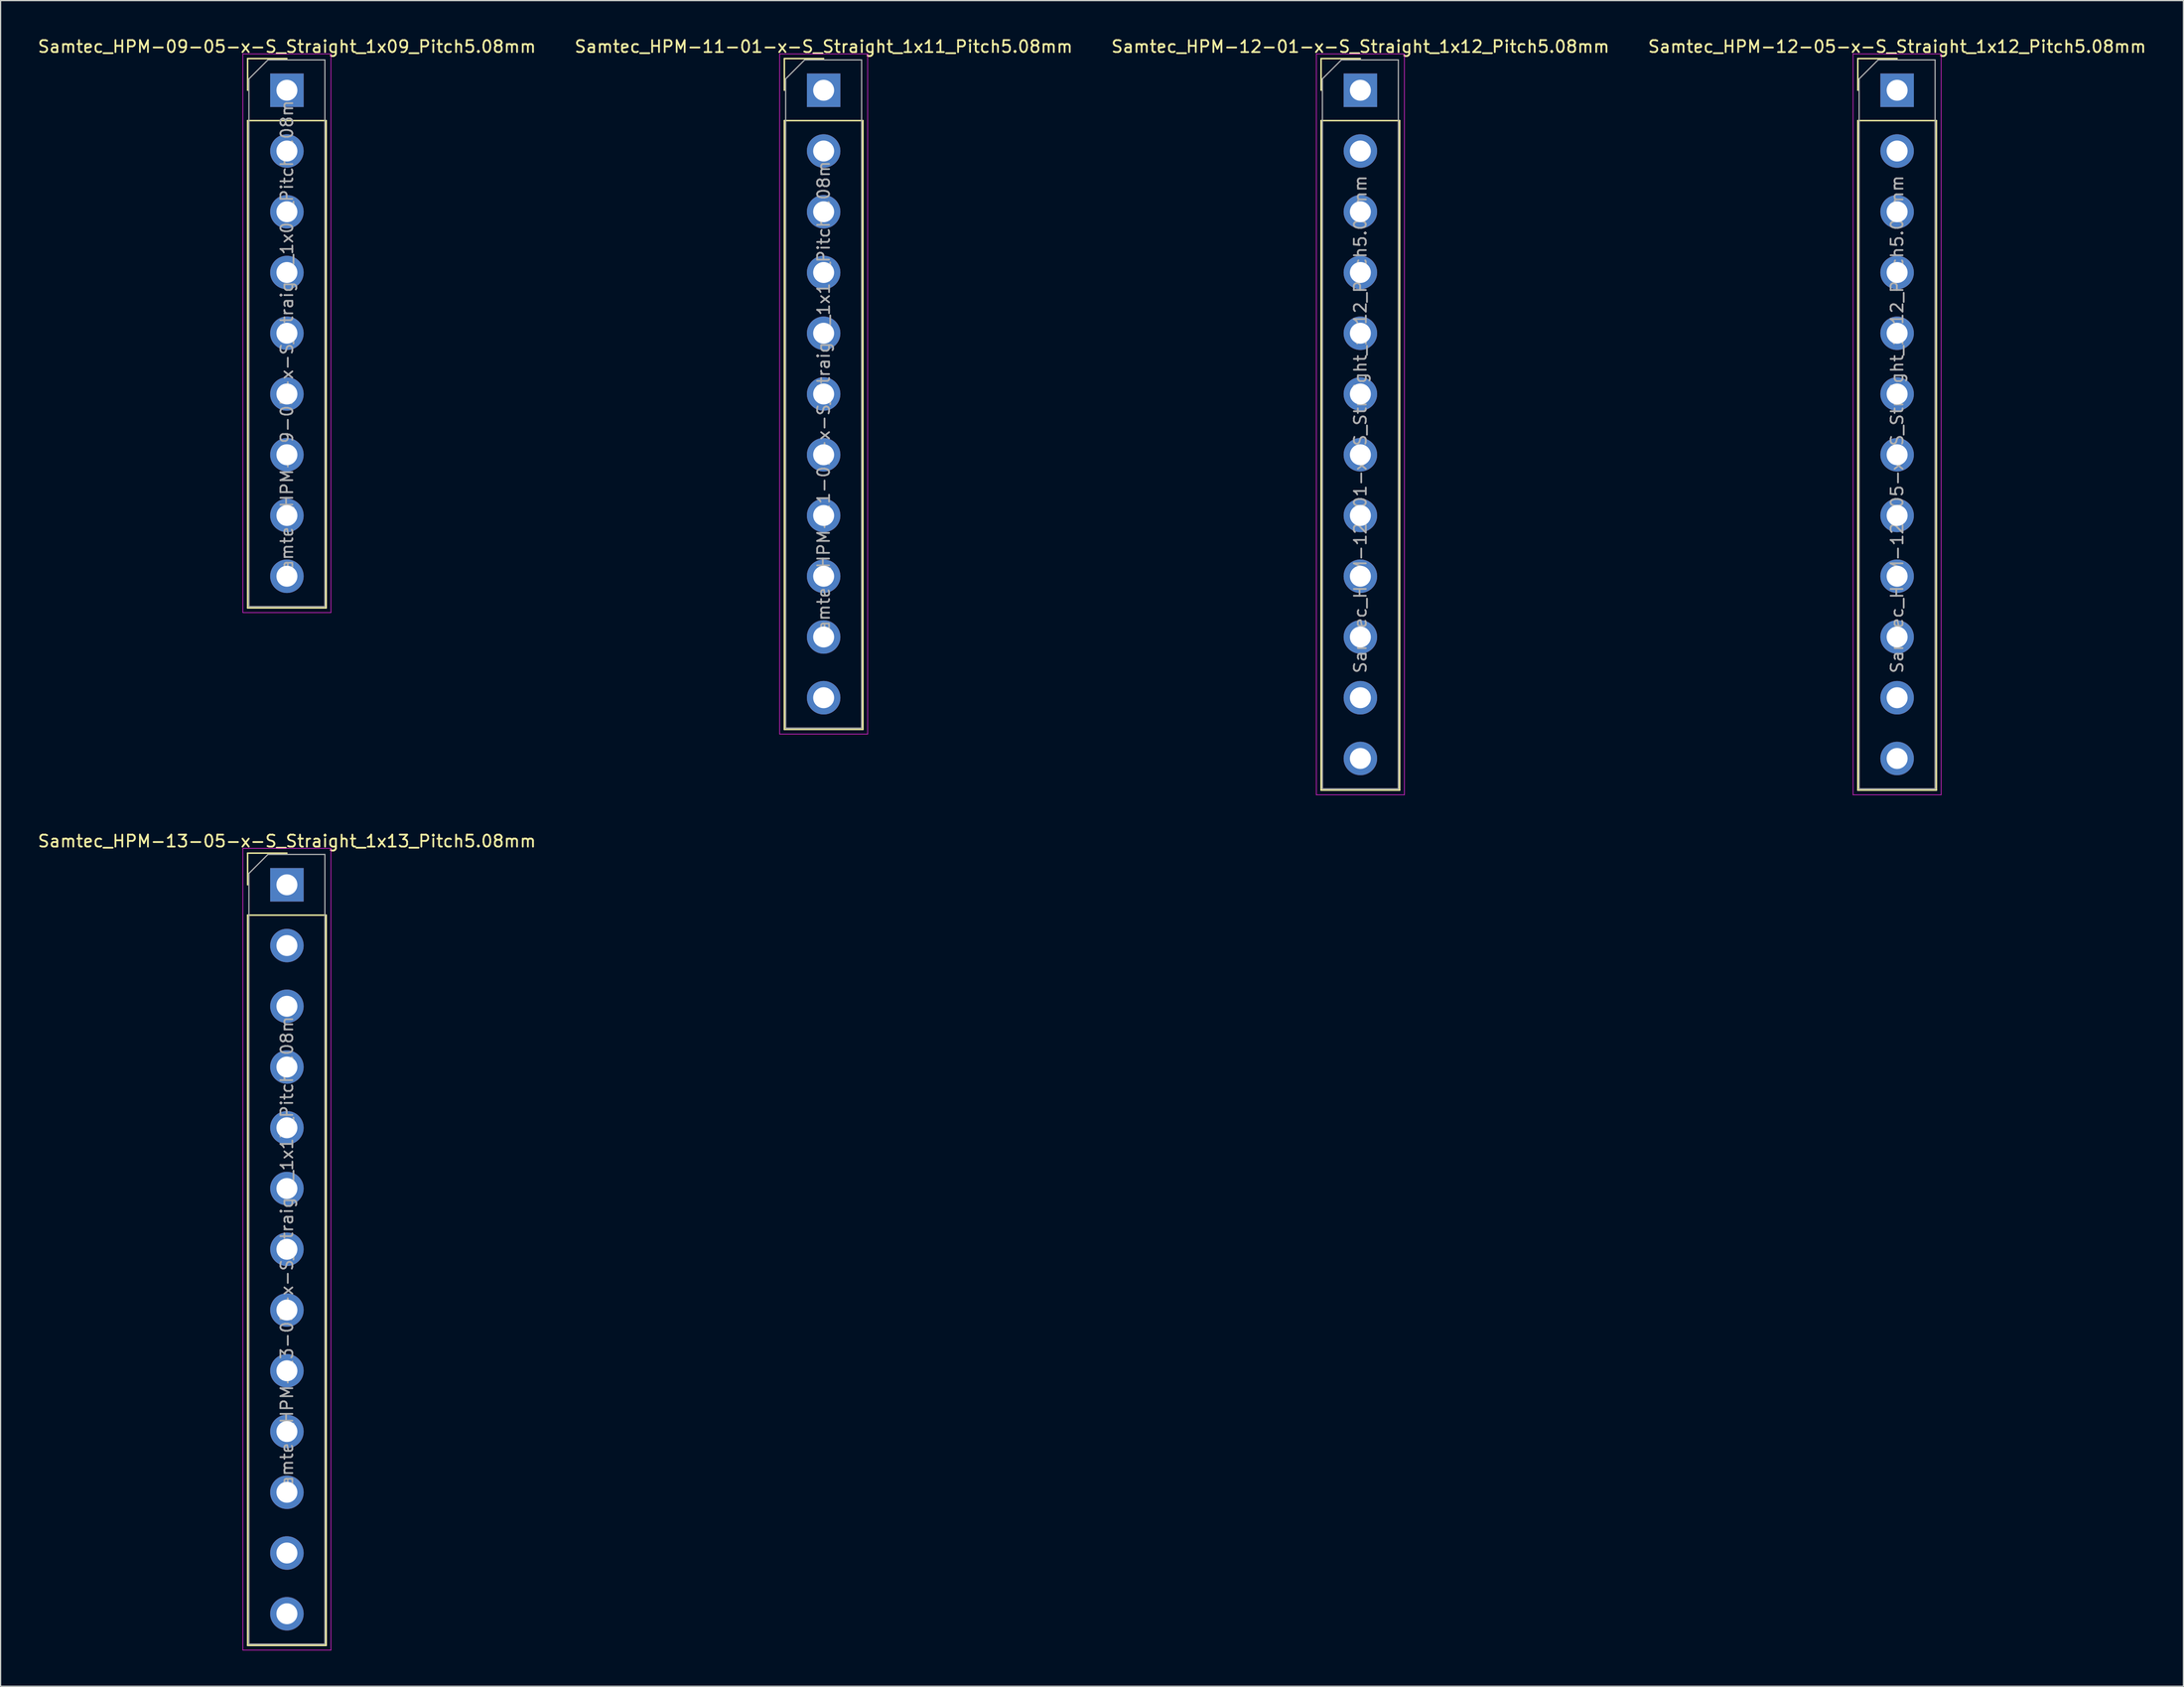
<source format=kicad_pcb>
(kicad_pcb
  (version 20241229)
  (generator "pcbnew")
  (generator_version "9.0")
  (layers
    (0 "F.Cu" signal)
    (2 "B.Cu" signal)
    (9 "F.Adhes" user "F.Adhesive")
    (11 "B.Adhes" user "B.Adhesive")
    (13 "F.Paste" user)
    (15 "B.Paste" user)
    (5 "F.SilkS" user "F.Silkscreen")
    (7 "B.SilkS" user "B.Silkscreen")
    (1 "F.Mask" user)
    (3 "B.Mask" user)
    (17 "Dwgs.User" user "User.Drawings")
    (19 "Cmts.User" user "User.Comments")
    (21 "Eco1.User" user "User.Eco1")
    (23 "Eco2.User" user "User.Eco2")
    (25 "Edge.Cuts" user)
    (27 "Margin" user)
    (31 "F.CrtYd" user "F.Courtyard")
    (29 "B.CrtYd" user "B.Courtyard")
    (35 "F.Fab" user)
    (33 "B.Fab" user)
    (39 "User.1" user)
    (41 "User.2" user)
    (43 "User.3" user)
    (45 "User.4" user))
  (footprint "Samtec_HPM-09-05-x-S_Straight_1x09_Pitch5.08mm"
    (layer "F.Cu")
    (at 20.935 4.498)
    (property "Reference" "Samtec_HPM-09-05-x-S_Straight_1x09_Pitch5.08mm" (at 0 -3.65 0) (layer "F.SilkS") (effects (font (size 1 1) (thickness 0.15))))
    (attr through_hole)
    (fp_line (start -3.285 -2.65) (end 0 -2.65) (stroke (width 0.12) (type solid)) (layer "F.SilkS"))
    (fp_line (start -3.285 0) (end -3.285 -2.65) (stroke (width 0.12) (type solid)) (layer "F.SilkS"))
    (fp_line (start -3.285 2.54) (end -3.285 43.29) (stroke (width 0.12) (type solid)) (layer "F.SilkS"))
    (fp_line (start -3.285 2.54) (end 3.285 2.54) (stroke (width 0.12) (type solid)) (layer "F.SilkS"))
    (fp_line (start -3.285 43.29) (end 3.285 43.29) (stroke (width 0.12) (type solid)) (layer "F.SilkS"))
    (fp_line (start 3.285 2.54) (end 3.285 43.29) (stroke (width 0.12) (type solid)) (layer "F.SilkS"))
    (fp_line (start -3.68 -3.04) (end -3.68 43.68) (stroke (width 0.05) (type solid)) (layer "F.CrtYd"))
    (fp_line (start -3.68 43.68) (end 3.68 43.68) (stroke (width 0.05) (type solid)) (layer "F.CrtYd"))
    (fp_line (start 3.68 -3.04) (end -3.68 -3.04) (stroke (width 0.05) (type solid)) (layer "F.CrtYd"))
    (fp_line (start 3.68 43.68) (end 3.68 -3.04) (stroke (width 0.05) (type solid)) (layer "F.CrtYd"))
    (fp_line (start -3.175 -0.953) (end -1.587 -2.54) (stroke (width 0.1) (type solid)) (layer "F.Fab"))
    (fp_line (start -3.175 43.18) (end -3.175 -0.953) (stroke (width 0.1) (type solid)) (layer "F.Fab"))
    (fp_line (start -1.587 -2.54) (end 3.175 -2.54) (stroke (width 0.1) (type solid)) (layer "F.Fab"))
    (fp_line (start 3.175 -2.54) (end 3.175 43.18) (stroke (width 0.1) (type solid)) (layer "F.Fab"))
    (fp_line (start 3.175 43.18) (end -3.175 43.18) (stroke (width 0.1) (type solid)) (layer "F.Fab"))
    (fp_text user "${REFERENCE}" (at 0 20.32 90) (layer "F.Fab") (effects (font (size 1 1) (thickness 0.15))))
    (pad "1" thru_hole rect (at 0 0) (size 2.8 2.8) (drill 1.75) (layers "*.Cu" "*.Mask"))
    (pad "2" thru_hole circle (at 0 5.08) (size 2.8 2.8) (drill 1.75) (layers "*.Cu" "*.Mask"))
    (pad "3" thru_hole circle (at 0 10.16) (size 2.8 2.8) (drill 1.75) (layers "*.Cu" "*.Mask"))
    (pad "4" thru_hole circle (at 0 15.24) (size 2.8 2.8) (drill 1.75) (layers "*.Cu" "*.Mask"))
    (pad "5" thru_hole circle (at 0 20.32) (size 2.8 2.8) (drill 1.75) (layers "*.Cu" "*.Mask"))
    (pad "6" thru_hole circle (at 0 25.4) (size 2.8 2.8) (drill 1.75) (layers "*.Cu" "*.Mask"))
    (pad "7" thru_hole circle (at 0 30.48) (size 2.8 2.8) (drill 1.75) (layers "*.Cu" "*.Mask"))
    (pad "8" thru_hole circle (at 0 35.56) (size 2.8 2.8) (drill 1.75) (layers "*.Cu" "*.Mask"))
    (pad "9" thru_hole circle (at 0 40.64) (size 2.8 2.8) (drill 1.75) (layers "*.Cu" "*.Mask")))
  (footprint "Samtec_HPM-12-05-x-S_Straight_1x12_Pitch5.08mm"
    (layer "F.Cu")
    (at 155.542 4.498)
    (property "Reference" "Samtec_HPM-12-05-x-S_Straight_1x12_Pitch5.08mm" (at 0 -3.65 0) (layer "F.SilkS") (effects (font (size 1 1) (thickness 0.15))))
    (attr through_hole)
    (fp_line (start -3.285 -2.65) (end 0 -2.65) (stroke (width 0.12) (type solid)) (layer "F.SilkS"))
    (fp_line (start -3.285 0) (end -3.285 -2.65) (stroke (width 0.12) (type solid)) (layer "F.SilkS"))
    (fp_line (start -3.285 2.54) (end -3.285 58.53) (stroke (width 0.12) (type solid)) (layer "F.SilkS"))
    (fp_line (start -3.285 2.54) (end 3.285 2.54) (stroke (width 0.12) (type solid)) (layer "F.SilkS"))
    (fp_line (start -3.285 58.53) (end 3.285 58.53) (stroke (width 0.12) (type solid)) (layer "F.SilkS"))
    (fp_line (start 3.285 2.54) (end 3.285 58.53) (stroke (width 0.12) (type solid)) (layer "F.SilkS"))
    (fp_line (start -3.68 -3.04) (end -3.68 58.92) (stroke (width 0.05) (type solid)) (layer "F.CrtYd"))
    (fp_line (start -3.68 58.92) (end 3.68 58.92) (stroke (width 0.05) (type solid)) (layer "F.CrtYd"))
    (fp_line (start 3.68 -3.04) (end -3.68 -3.04) (stroke (width 0.05) (type solid)) (layer "F.CrtYd"))
    (fp_line (start 3.68 58.92) (end 3.68 -3.04) (stroke (width 0.05) (type solid)) (layer "F.CrtYd"))
    (fp_line (start -3.175 -0.953) (end -1.587 -2.54) (stroke (width 0.1) (type solid)) (layer "F.Fab"))
    (fp_line (start -3.175 58.42) (end -3.175 -0.953) (stroke (width 0.1) (type solid)) (layer "F.Fab"))
    (fp_line (start -1.587 -2.54) (end 3.175 -2.54) (stroke (width 0.1) (type solid)) (layer "F.Fab"))
    (fp_line (start 3.175 -2.54) (end 3.175 58.42) (stroke (width 0.1) (type solid)) (layer "F.Fab"))
    (fp_line (start 3.175 58.42) (end -3.175 58.42) (stroke (width 0.1) (type solid)) (layer "F.Fab"))
    (fp_text user "${REFERENCE}" (at 0 27.94 90) (layer "F.Fab") (effects (font (size 1 1) (thickness 0.15))))
    (pad "1" thru_hole rect (at 0 0) (size 2.8 2.8) (drill 1.75) (layers "*.Cu" "*.Mask"))
    (pad "2" thru_hole circle (at 0 5.08) (size 2.8 2.8) (drill 1.75) (layers "*.Cu" "*.Mask"))
    (pad "3" thru_hole circle (at 0 10.16) (size 2.8 2.8) (drill 1.75) (layers "*.Cu" "*.Mask"))
    (pad "4" thru_hole circle (at 0 15.24) (size 2.8 2.8) (drill 1.75) (layers "*.Cu" "*.Mask"))
    (pad "5" thru_hole circle (at 0 20.32) (size 2.8 2.8) (drill 1.75) (layers "*.Cu" "*.Mask"))
    (pad "6" thru_hole circle (at 0 25.4) (size 2.8 2.8) (drill 1.75) (layers "*.Cu" "*.Mask"))
    (pad "7" thru_hole circle (at 0 30.48) (size 2.8 2.8) (drill 1.75) (layers "*.Cu" "*.Mask"))
    (pad "8" thru_hole circle (at 0 35.56) (size 2.8 2.8) (drill 1.75) (layers "*.Cu" "*.Mask"))
    (pad "9" thru_hole circle (at 0 40.64) (size 2.8 2.8) (drill 1.75) (layers "*.Cu" "*.Mask"))
    (pad "10" thru_hole circle (at 0 45.72) (size 2.8 2.8) (drill 1.75) (layers "*.Cu" "*.Mask"))
    (pad "11" thru_hole circle (at 0 50.8) (size 2.8 2.8) (drill 1.75) (layers "*.Cu" "*.Mask"))
    (pad "12" thru_hole circle (at 0 55.88) (size 2.8 2.8) (drill 1.75) (layers "*.Cu" "*.Mask")))
  (footprint "Samtec_HPM-12-01-x-S_Straight_1x12_Pitch5.08mm"
    (layer "F.Cu")
    (at 110.673 4.498)
    (property "Reference" "Samtec_HPM-12-01-x-S_Straight_1x12_Pitch5.08mm" (at 0 -3.65 0) (layer "F.SilkS") (effects (font (size 1 1) (thickness 0.15))))
    (attr through_hole)
    (fp_line (start -3.285 -2.65) (end 0 -2.65) (stroke (width 0.12) (type solid)) (layer "F.SilkS"))
    (fp_line (start -3.285 0) (end -3.285 -2.65) (stroke (width 0.12) (type solid)) (layer "F.SilkS"))
    (fp_line (start -3.285 2.54) (end -3.285 58.53) (stroke (width 0.12) (type solid)) (layer "F.SilkS"))
    (fp_line (start -3.285 2.54) (end 3.285 2.54) (stroke (width 0.12) (type solid)) (layer "F.SilkS"))
    (fp_line (start -3.285 58.53) (end 3.285 58.53) (stroke (width 0.12) (type solid)) (layer "F.SilkS"))
    (fp_line (start 3.285 2.54) (end 3.285 58.53) (stroke (width 0.12) (type solid)) (layer "F.SilkS"))
    (fp_line (start -3.68 -3.04) (end -3.68 58.92) (stroke (width 0.05) (type solid)) (layer "F.CrtYd"))
    (fp_line (start -3.68 58.92) (end 3.68 58.92) (stroke (width 0.05) (type solid)) (layer "F.CrtYd"))
    (fp_line (start 3.68 -3.04) (end -3.68 -3.04) (stroke (width 0.05) (type solid)) (layer "F.CrtYd"))
    (fp_line (start 3.68 58.92) (end 3.68 -3.04) (stroke (width 0.05) (type solid)) (layer "F.CrtYd"))
    (fp_line (start -3.175 -0.953) (end -1.587 -2.54) (stroke (width 0.1) (type solid)) (layer "F.Fab"))
    (fp_line (start -3.175 58.42) (end -3.175 -0.953) (stroke (width 0.1) (type solid)) (layer "F.Fab"))
    (fp_line (start -1.587 -2.54) (end 3.175 -2.54) (stroke (width 0.1) (type solid)) (layer "F.Fab"))
    (fp_line (start 3.175 -2.54) (end 3.175 58.42) (stroke (width 0.1) (type solid)) (layer "F.Fab"))
    (fp_line (start 3.175 58.42) (end -3.175 58.42) (stroke (width 0.1) (type solid)) (layer "F.Fab"))
    (fp_text user "${REFERENCE}" (at 0 27.94 90) (layer "F.Fab") (effects (font (size 1 1) (thickness 0.15))))
    (pad "1" thru_hole rect (at 0 0) (size 2.8 2.8) (drill 1.75) (layers "*.Cu" "*.Mask"))
    (pad "2" thru_hole circle (at 0 5.08) (size 2.8 2.8) (drill 1.75) (layers "*.Cu" "*.Mask"))
    (pad "3" thru_hole circle (at 0 10.16) (size 2.8 2.8) (drill 1.75) (layers "*.Cu" "*.Mask"))
    (pad "4" thru_hole circle (at 0 15.24) (size 2.8 2.8) (drill 1.75) (layers "*.Cu" "*.Mask"))
    (pad "5" thru_hole circle (at 0 20.32) (size 2.8 2.8) (drill 1.75) (layers "*.Cu" "*.Mask"))
    (pad "6" thru_hole circle (at 0 25.4) (size 2.8 2.8) (drill 1.75) (layers "*.Cu" "*.Mask"))
    (pad "7" thru_hole circle (at 0 30.48) (size 2.8 2.8) (drill 1.75) (layers "*.Cu" "*.Mask"))
    (pad "8" thru_hole circle (at 0 35.56) (size 2.8 2.8) (drill 1.75) (layers "*.Cu" "*.Mask"))
    (pad "9" thru_hole circle (at 0 40.64) (size 2.8 2.8) (drill 1.75) (layers "*.Cu" "*.Mask"))
    (pad "10" thru_hole circle (at 0 45.72) (size 2.8 2.8) (drill 1.75) (layers "*.Cu" "*.Mask"))
    (pad "11" thru_hole circle (at 0 50.8) (size 2.8 2.8) (drill 1.75) (layers "*.Cu" "*.Mask"))
    (pad "12" thru_hole circle (at 0 55.88) (size 2.8 2.8) (drill 1.75) (layers "*.Cu" "*.Mask")))
  (footprint "Samtec_HPM-11-01-x-S_Straight_1x11_Pitch5.08mm"
    (layer "F.Cu")
    (at 65.804 4.498)
    (property "Reference" "Samtec_HPM-11-01-x-S_Straight_1x11_Pitch5.08mm" (at 0 -3.65 0) (layer "F.SilkS") (effects (font (size 1 1) (thickness 0.15))))
    (attr through_hole)
    (fp_line (start -3.285 -2.65) (end 0 -2.65) (stroke (width 0.12) (type solid)) (layer "F.SilkS"))
    (fp_line (start -3.285 0) (end -3.285 -2.65) (stroke (width 0.12) (type solid)) (layer "F.SilkS"))
    (fp_line (start -3.285 2.54) (end -3.285 53.45) (stroke (width 0.12) (type solid)) (layer "F.SilkS"))
    (fp_line (start -3.285 2.54) (end 3.285 2.54) (stroke (width 0.12) (type solid)) (layer "F.SilkS"))
    (fp_line (start -3.285 53.45) (end 3.285 53.45) (stroke (width 0.12) (type solid)) (layer "F.SilkS"))
    (fp_line (start 3.285 2.54) (end 3.285 53.45) (stroke (width 0.12) (type solid)) (layer "F.SilkS"))
    (fp_line (start -3.68 -3.04) (end -3.68 53.84) (stroke (width 0.05) (type solid)) (layer "F.CrtYd"))
    (fp_line (start -3.68 53.84) (end 3.68 53.84) (stroke (width 0.05) (type solid)) (layer "F.CrtYd"))
    (fp_line (start 3.68 -3.04) (end -3.68 -3.04) (stroke (width 0.05) (type solid)) (layer "F.CrtYd"))
    (fp_line (start 3.68 53.84) (end 3.68 -3.04) (stroke (width 0.05) (type solid)) (layer "F.CrtYd"))
    (fp_line (start -3.175 -0.953) (end -1.587 -2.54) (stroke (width 0.1) (type solid)) (layer "F.Fab"))
    (fp_line (start -3.175 53.34) (end -3.175 -0.953) (stroke (width 0.1) (type solid)) (layer "F.Fab"))
    (fp_line (start -1.587 -2.54) (end 3.175 -2.54) (stroke (width 0.1) (type solid)) (layer "F.Fab"))
    (fp_line (start 3.175 -2.54) (end 3.175 53.34) (stroke (width 0.1) (type solid)) (layer "F.Fab"))
    (fp_line (start 3.175 53.34) (end -3.175 53.34) (stroke (width 0.1) (type solid)) (layer "F.Fab"))
    (fp_text user "${REFERENCE}" (at 0 25.4 90) (layer "F.Fab") (effects (font (size 1 1) (thickness 0.15))))
    (pad "1" thru_hole rect (at 0 0) (size 2.8 2.8) (drill 1.75) (layers "*.Cu" "*.Mask"))
    (pad "2" thru_hole circle (at 0 5.08) (size 2.8 2.8) (drill 1.75) (layers "*.Cu" "*.Mask"))
    (pad "3" thru_hole circle (at 0 10.16) (size 2.8 2.8) (drill 1.75) (layers "*.Cu" "*.Mask"))
    (pad "4" thru_hole circle (at 0 15.24) (size 2.8 2.8) (drill 1.75) (layers "*.Cu" "*.Mask"))
    (pad "5" thru_hole circle (at 0 20.32) (size 2.8 2.8) (drill 1.75) (layers "*.Cu" "*.Mask"))
    (pad "6" thru_hole circle (at 0 25.4) (size 2.8 2.8) (drill 1.75) (layers "*.Cu" "*.Mask"))
    (pad "7" thru_hole circle (at 0 30.48) (size 2.8 2.8) (drill 1.75) (layers "*.Cu" "*.Mask"))
    (pad "8" thru_hole circle (at 0 35.56) (size 2.8 2.8) (drill 1.75) (layers "*.Cu" "*.Mask"))
    (pad "9" thru_hole circle (at 0 40.64) (size 2.8 2.8) (drill 1.75) (layers "*.Cu" "*.Mask"))
    (pad "10" thru_hole circle (at 0 45.72) (size 2.8 2.8) (drill 1.75) (layers "*.Cu" "*.Mask"))
    (pad "11" thru_hole circle (at 0 50.8) (size 2.8 2.8) (drill 1.75) (layers "*.Cu" "*.Mask")))
  (footprint "Samtec_HPM-13-05-x-S_Straight_1x13_Pitch5.08mm"
    (layer "F.Cu")
    (at 20.935 70.942)
    (property "Reference" "Samtec_HPM-13-05-x-S_Straight_1x13_Pitch5.08mm" (at 0 -3.65 0) (layer "F.SilkS") (effects (font (size 1 1) (thickness 0.15))))
    (attr through_hole)
    (fp_line (start -3.285 -2.65) (end 0 -2.65) (stroke (width 0.12) (type solid)) (layer "F.SilkS"))
    (fp_line (start -3.285 0) (end -3.285 -2.65) (stroke (width 0.12) (type solid)) (layer "F.SilkS"))
    (fp_line (start -3.285 2.54) (end -3.285 63.61) (stroke (width 0.12) (type solid)) (layer "F.SilkS"))
    (fp_line (start -3.285 2.54) (end 3.285 2.54) (stroke (width 0.12) (type solid)) (layer "F.SilkS"))
    (fp_line (start -3.285 63.61) (end 3.285 63.61) (stroke (width 0.12) (type solid)) (layer "F.SilkS"))
    (fp_line (start 3.285 2.54) (end 3.285 63.61) (stroke (width 0.12) (type solid)) (layer "F.SilkS"))
    (fp_line (start -3.68 -3.05) (end -3.68 64) (stroke (width 0.05) (type solid)) (layer "F.CrtYd"))
    (fp_line (start -3.68 64) (end 3.68 64) (stroke (width 0.05) (type solid)) (layer "F.CrtYd"))
    (fp_line (start 3.68 -3.05) (end -3.68 -3.05) (stroke (width 0.05) (type solid)) (layer "F.CrtYd"))
    (fp_line (start 3.68 64) (end 3.68 -3.05) (stroke (width 0.05) (type solid)) (layer "F.CrtYd"))
    (fp_line (start -3.175 -0.953) (end -1.587 -2.54) (stroke (width 0.1) (type solid)) (layer "F.Fab"))
    (fp_line (start -3.175 63.5) (end -3.175 -0.953) (stroke (width 0.1) (type solid)) (layer "F.Fab"))
    (fp_line (start -1.587 -2.54) (end 3.175 -2.54) (stroke (width 0.1) (type solid)) (layer "F.Fab"))
    (fp_line (start 3.175 -2.54) (end 3.175 63.5) (stroke (width 0.1) (type solid)) (layer "F.Fab"))
    (fp_line (start 3.175 63.5) (end -3.175 63.5) (stroke (width 0.1) (type solid)) (layer "F.Fab"))
    (fp_text user "${REFERENCE}" (at 0 30.48 90) (layer "F.Fab") (effects (font (size 1 1) (thickness 0.15))))
    (pad "1" thru_hole rect (at 0 0) (size 2.8 2.8) (drill 1.75) (layers "*.Cu" "*.Mask"))
    (pad "2" thru_hole circle (at 0 5.08) (size 2.8 2.8) (drill 1.75) (layers "*.Cu" "*.Mask"))
    (pad "3" thru_hole circle (at 0 10.16) (size 2.8 2.8) (drill 1.75) (layers "*.Cu" "*.Mask"))
    (pad "4" thru_hole circle (at 0 15.24) (size 2.8 2.8) (drill 1.75) (layers "*.Cu" "*.Mask"))
    (pad "5" thru_hole circle (at 0 20.32) (size 2.8 2.8) (drill 1.75) (layers "*.Cu" "*.Mask"))
    (pad "6" thru_hole circle (at 0 25.4) (size 2.8 2.8) (drill 1.75) (layers "*.Cu" "*.Mask"))
    (pad "7" thru_hole circle (at 0 30.48) (size 2.8 2.8) (drill 1.75) (layers "*.Cu" "*.Mask"))
    (pad "8" thru_hole circle (at 0 35.56) (size 2.8 2.8) (drill 1.75) (layers "*.Cu" "*.Mask"))
    (pad "9" thru_hole circle (at 0 40.64) (size 2.8 2.8) (drill 1.75) (layers "*.Cu" "*.Mask"))
    (pad "10" thru_hole circle (at 0 45.72) (size 2.8 2.8) (drill 1.75) (layers "*.Cu" "*.Mask"))
    (pad "11" thru_hole circle (at 0 50.8) (size 2.8 2.8) (drill 1.75) (layers "*.Cu" "*.Mask"))
    (pad "12" thru_hole circle (at 0 55.88) (size 2.8 2.8) (drill 1.75) (layers "*.Cu" "*.Mask"))
    (pad "13" thru_hole circle (at 0 60.96) (size 2.8 2.8) (drill 1.75) (layers "*.Cu" "*.Mask")))
  (gr_rect
    (start -3 -3)
    (end 179.476 137.966)
    (stroke (width 0.1) (type default))
    (fill no)
    (layer "Edge.Cuts")))
</source>
